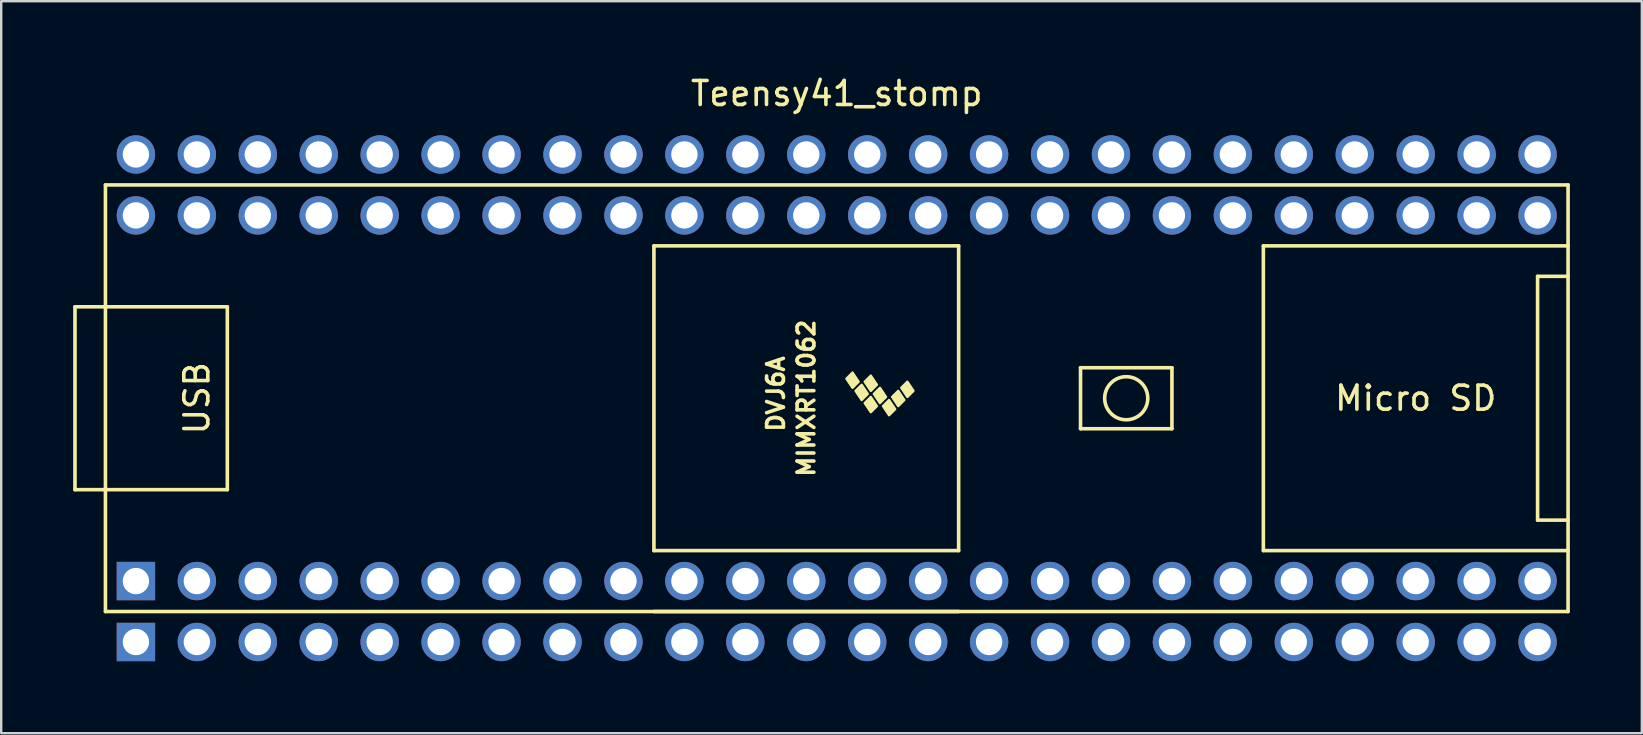
<source format=kicad_pcb>
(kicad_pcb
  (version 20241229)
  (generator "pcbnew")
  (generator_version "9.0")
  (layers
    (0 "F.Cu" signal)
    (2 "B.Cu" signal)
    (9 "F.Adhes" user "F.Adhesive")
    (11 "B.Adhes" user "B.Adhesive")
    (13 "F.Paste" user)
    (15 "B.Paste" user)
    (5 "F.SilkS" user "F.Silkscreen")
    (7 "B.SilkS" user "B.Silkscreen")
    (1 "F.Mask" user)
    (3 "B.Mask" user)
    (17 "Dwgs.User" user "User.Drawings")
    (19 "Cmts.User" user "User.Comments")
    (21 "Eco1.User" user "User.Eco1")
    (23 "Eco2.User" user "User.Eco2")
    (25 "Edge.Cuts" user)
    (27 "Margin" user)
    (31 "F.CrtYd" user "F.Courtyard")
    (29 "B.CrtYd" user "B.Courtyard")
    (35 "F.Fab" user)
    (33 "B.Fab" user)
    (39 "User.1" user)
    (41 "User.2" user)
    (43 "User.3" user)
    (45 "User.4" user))
  (footprint "Teensy41_stomp"
    (layer "F.Cu")
    (at 31.825 13.548)
    (property "Reference" "Teensy41_stomp" (at 0 -12.7 0) (layer "F.SilkS") (effects (font (size 1 1) (thickness 0.15))))
    (attr through_hole)
    (fp_line (start -31.75 -3.81) (end -30.48 -3.81) (stroke (width 0.15) (type solid)) (layer "F.SilkS"))
    (fp_line (start -31.75 3.81) (end -31.75 -3.81) (stroke (width 0.15) (type solid)) (layer "F.SilkS"))
    (fp_line (start -30.48 -8.89) (end 30.48 -8.89) (stroke (width 0.15) (type solid)) (layer "F.SilkS"))
    (fp_line (start -30.48 3.81) (end -31.75 3.81) (stroke (width 0.15) (type solid)) (layer "F.SilkS"))
    (fp_line (start -30.48 8.89) (end -30.48 -8.89) (stroke (width 0.15) (type solid)) (layer "F.SilkS"))
    (fp_line (start -25.4 -3.81) (end -30.48 -3.81) (stroke (width 0.15) (type solid)) (layer "F.SilkS"))
    (fp_line (start -25.4 3.81) (end -30.48 3.81) (stroke (width 0.15) (type solid)) (layer "F.SilkS"))
    (fp_line (start -25.4 3.81) (end -25.4 -3.81) (stroke (width 0.15) (type solid)) (layer "F.SilkS"))
    (fp_line (start -7.62 -6.35) (end -7.62 6.35) (stroke (width 0.15) (type solid)) (layer "F.SilkS"))
    (fp_line (start -7.62 6.35) (end 5.08 6.35) (stroke (width 0.15) (type solid)) (layer "F.SilkS"))
    (fp_line (start -7.62 8.89) (end 5.08 8.89) (stroke (width 0.15) (type solid)) (layer "F.SilkS"))
    (fp_line (start 5.08 -6.35) (end -7.62 -6.35) (stroke (width 0.15) (type solid)) (layer "F.SilkS"))
    (fp_line (start 5.08 6.35) (end 5.08 -6.35) (stroke (width 0.15) (type solid)) (layer "F.SilkS"))
    (fp_line (start 10.16 -1.27) (end 13.97 -1.27) (stroke (width 0.15) (type solid)) (layer "F.SilkS"))
    (fp_line (start 10.16 1.27) (end 10.16 -1.27) (stroke (width 0.15) (type solid)) (layer "F.SilkS"))
    (fp_line (start 13.97 -1.27) (end 13.97 1.27) (stroke (width 0.15) (type solid)) (layer "F.SilkS"))
    (fp_line (start 13.97 1.27) (end 10.16 1.27) (stroke (width 0.15) (type solid)) (layer "F.SilkS"))
    (fp_line (start 17.78 -6.35) (end 17.78 6.35) (stroke (width 0.15) (type solid)) (layer "F.SilkS"))
    (fp_line (start 17.78 6.35) (end 30.48 6.35) (stroke (width 0.15) (type solid)) (layer "F.SilkS"))
    (fp_line (start 29.21 -5.08) (end 29.21 5.08) (stroke (width 0.15) (type solid)) (layer "F.SilkS"))
    (fp_line (start 29.21 5.08) (end 30.48 5.08) (stroke (width 0.15) (type solid)) (layer "F.SilkS"))
    (fp_line (start 30.48 -8.89) (end 30.48 8.89) (stroke (width 0.15) (type solid)) (layer "F.SilkS"))
    (fp_line (start 30.48 -6.35) (end 17.78 -6.35) (stroke (width 0.15) (type solid)) (layer "F.SilkS"))
    (fp_line (start 30.48 -5.08) (end 29.21 -5.08) (stroke (width 0.15) (type solid)) (layer "F.SilkS"))
    (fp_line (start 30.48 8.89) (end -30.48 8.89) (stroke (width 0.15) (type solid)) (layer "F.SilkS"))
    (fp_circle (center 12.065 0) (end 12.7 -0.635) (stroke (width 0.15) (type solid)) (fill no) (layer "F.SilkS"))
    (fp_poly (pts (xy 0.911 -0.688) (xy 0.657 -0.434) (xy 0.403 -0.815) (xy 0.657 -1.069)) (stroke (width 0.1) (type solid)) (fill yes) (layer "F.SilkS"))
    (fp_poly (pts (xy 1.292 -0.18) (xy 1.038 0.074) (xy 0.784 -0.307) (xy 1.038 -0.561)) (stroke (width 0.1) (type solid)) (fill yes) (layer "F.SilkS"))
    (fp_poly (pts (xy 1.673 -0.561) (xy 1.419 -0.307) (xy 1.165 -0.688) (xy 1.419 -0.942)) (stroke (width 0.1) (type solid)) (fill yes) (layer "F.SilkS"))
    (fp_poly (pts (xy 1.673 0.328) (xy 1.419 0.582) (xy 1.165 0.201) (xy 1.419 -0.053)) (stroke (width 0.1) (type solid)) (fill yes) (layer "F.SilkS"))
    (fp_poly (pts (xy 2.054 -0.053) (xy 1.8 0.201) (xy 1.546 -0.18) (xy 1.8 -0.434)) (stroke (width 0.1) (type solid)) (fill yes) (layer "F.SilkS"))
    (fp_poly (pts (xy 2.435 0.455) (xy 2.181 0.709) (xy 1.927 0.328) (xy 2.181 0.074)) (stroke (width 0.1) (type solid)) (fill yes) (layer "F.SilkS"))
    (fp_poly (pts (xy 2.816 0.074) (xy 2.562 0.328) (xy 2.308 -0.053) (xy 2.562 -0.307)) (stroke (width 0.1) (type solid)) (fill yes) (layer "F.SilkS"))
    (fp_poly (pts (xy 3.197 -0.307) (xy 2.943 -0.053) (xy 2.689 -0.434) (xy 2.943 -0.688)) (stroke (width 0.1) (type solid)) (fill yes) (layer "F.SilkS"))
    (fp_text user "Micro SD" (at 24.13 0 0) (layer "F.SilkS") (effects (font (size 1 1) (thickness 0.15))))
    (fp_text user "DVJ6A" (at -2.54 -0.18 270) (layer "F.SilkS") (effects (font (size 0.7 0.7) (thickness 0.15))))
    (fp_text user "MIMXRT1062" (at -1.27 0 270) (layer "F.SilkS") (effects (font (size 0.7 0.7) (thickness 0.15))))
    (fp_text user "USB" (at -26.67 0 270) (layer "F.SilkS") (effects (font (size 1 1) (thickness 0.15))))
    (pad "1" thru_hole rect (at -29.21 7.62) (size 1.6 1.6) (drill 1.1) (layers "*.Cu" "*.Mask"))
    (pad "1" thru_hole rect (at -29.21 10.16) (size 1.6 1.6) (drill 1.1) (layers "*.Cu" "*.Mask"))
    (pad "2" thru_hole circle (at -26.67 7.62) (size 1.6 1.6) (drill 1.1) (layers "*.Cu" "*.Mask"))
    (pad "2" thru_hole circle (at -26.67 10.16) (size 1.6 1.6) (drill 1.1) (layers "*.Cu" "*.Mask"))
    (pad "3" thru_hole circle (at -24.13 7.62) (size 1.6 1.6) (drill 1.1) (layers "*.Cu" "*.Mask"))
    (pad "3" thru_hole circle (at -24.13 10.16) (size 1.6 1.6) (drill 1.1) (layers "*.Cu" "*.Mask"))
    (pad "4" thru_hole circle (at -21.59 7.62) (size 1.6 1.6) (drill 1.1) (layers "*.Cu" "*.Mask"))
    (pad "4" thru_hole circle (at -21.59 10.16) (size 1.6 1.6) (drill 1.1) (layers "*.Cu" "*.Mask"))
    (pad "5" thru_hole circle (at -19.05 7.62) (size 1.6 1.6) (drill 1.1) (layers "*.Cu" "*.Mask"))
    (pad "5" thru_hole circle (at -19.05 10.16) (size 1.6 1.6) (drill 1.1) (layers "*.Cu" "*.Mask"))
    (pad "6" thru_hole circle (at -16.51 7.62) (size 1.6 1.6) (drill 1.1) (layers "*.Cu" "*.Mask"))
    (pad "6" thru_hole circle (at -16.51 10.16) (size 1.6 1.6) (drill 1.1) (layers "*.Cu" "*.Mask"))
    (pad "7" thru_hole circle (at -13.97 7.62) (size 1.6 1.6) (drill 1.1) (layers "*.Cu" "*.Mask"))
    (pad "7" thru_hole circle (at -13.97 10.16) (size 1.6 1.6) (drill 1.1) (layers "*.Cu" "*.Mask"))
    (pad "8" thru_hole circle (at -11.43 7.62) (size 1.6 1.6) (drill 1.1) (layers "*.Cu" "*.Mask"))
    (pad "8" thru_hole circle (at -11.43 10.16) (size 1.6 1.6) (drill 1.1) (layers "*.Cu" "*.Mask"))
    (pad "9" thru_hole circle (at -8.89 7.62) (size 1.6 1.6) (drill 1.1) (layers "*.Cu" "*.Mask"))
    (pad "9" thru_hole circle (at -8.89 10.16) (size 1.6 1.6) (drill 1.1) (layers "*.Cu" "*.Mask"))
    (pad "10" thru_hole circle (at -6.35 7.62) (size 1.6 1.6) (drill 1.1) (layers "*.Cu" "*.Mask"))
    (pad "10" thru_hole circle (at -6.35 10.16) (size 1.6 1.6) (drill 1.1) (layers "*.Cu" "*.Mask"))
    (pad "11" thru_hole circle (at -3.81 7.62) (size 1.6 1.6) (drill 1.1) (layers "*.Cu" "*.Mask"))
    (pad "11" thru_hole circle (at -3.81 10.16) (size 1.6 1.6) (drill 1.1) (layers "*.Cu" "*.Mask"))
    (pad "12" thru_hole circle (at -1.27 7.62) (size 1.6 1.6) (drill 1.1) (layers "*.Cu" "*.Mask"))
    (pad "12" thru_hole circle (at -1.27 10.16) (size 1.6 1.6) (drill 1.1) (layers "*.Cu" "*.Mask"))
    (pad "13" thru_hole circle (at 1.27 7.62) (size 1.6 1.6) (drill 1.1) (layers "*.Cu" "*.Mask"))
    (pad "13" thru_hole circle (at 1.27 10.16) (size 1.6 1.6) (drill 1.1) (layers "*.Cu" "*.Mask"))
    (pad "14" thru_hole circle (at 3.81 7.62) (size 1.6 1.6) (drill 1.1) (layers "*.Cu" "*.Mask"))
    (pad "14" thru_hole circle (at 3.81 10.16) (size 1.6 1.6) (drill 1.1) (layers "*.Cu" "*.Mask"))
    (pad "15" thru_hole circle (at 6.35 7.62) (size 1.6 1.6) (drill 1.1) (layers "*.Cu" "*.Mask"))
    (pad "15" thru_hole circle (at 6.35 10.16) (size 1.6 1.6) (drill 1.1) (layers "*.Cu" "*.Mask"))
    (pad "16" thru_hole circle (at 8.89 7.62) (size 1.6 1.6) (drill 1.1) (layers "*.Cu" "*.Mask"))
    (pad "16" thru_hole circle (at 8.89 10.16) (size 1.6 1.6) (drill 1.1) (layers "*.Cu" "*.Mask"))
    (pad "17" thru_hole circle (at 11.43 7.62) (size 1.6 1.6) (drill 1.1) (layers "*.Cu" "*.Mask"))
    (pad "17" thru_hole circle (at 11.43 10.16) (size 1.6 1.6) (drill 1.1) (layers "*.Cu" "*.Mask"))
    (pad "18" thru_hole circle (at 13.97 7.62) (size 1.6 1.6) (drill 1.1) (layers "*.Cu" "*.Mask"))
    (pad "18" thru_hole circle (at 13.97 10.16) (size 1.6 1.6) (drill 1.1) (layers "*.Cu" "*.Mask"))
    (pad "19" thru_hole circle (at 16.51 7.62) (size 1.6 1.6) (drill 1.1) (layers "*.Cu" "*.Mask"))
    (pad "19" thru_hole circle (at 16.51 10.16) (size 1.6 1.6) (drill 1.1) (layers "*.Cu" "*.Mask"))
    (pad "20" thru_hole circle (at 19.05 7.62) (size 1.6 1.6) (drill 1.1) (layers "*.Cu" "*.Mask"))
    (pad "20" thru_hole circle (at 19.05 10.16) (size 1.6 1.6) (drill 1.1) (layers "*.Cu" "*.Mask"))
    (pad "21" thru_hole circle (at 21.59 7.62) (size 1.6 1.6) (drill 1.1) (layers "*.Cu" "*.Mask"))
    (pad "21" thru_hole circle (at 21.59 10.16) (size 1.6 1.6) (drill 1.1) (layers "*.Cu" "*.Mask"))
    (pad "22" thru_hole circle (at 24.13 7.62) (size 1.6 1.6) (drill 1.1) (layers "*.Cu" "*.Mask"))
    (pad "22" thru_hole circle (at 24.13 10.16) (size 1.6 1.6) (drill 1.1) (layers "*.Cu" "*.Mask"))
    (pad "23" thru_hole circle (at 26.67 7.62) (size 1.6 1.6) (drill 1.1) (layers "*.Cu" "*.Mask"))
    (pad "23" thru_hole circle (at 26.67 10.16) (size 1.6 1.6) (drill 1.1) (layers "*.Cu" "*.Mask"))
    (pad "24" thru_hole circle (at 29.21 7.62) (size 1.6 1.6) (drill 1.1) (layers "*.Cu" "*.Mask"))
    (pad "24" thru_hole circle (at 29.21 10.16) (size 1.6 1.6) (drill 1.1) (layers "*.Cu" "*.Mask"))
    (pad "25" thru_hole circle (at 29.21 -10.16) (size 1.6 1.6) (drill 1.1) (layers "*.Cu" "*.Mask"))
    (pad "25" thru_hole circle (at 29.21 -7.62) (size 1.6 1.6) (drill 1.1) (layers "*.Cu" "*.Mask"))
    (pad "26" thru_hole circle (at 26.67 -10.16) (size 1.6 1.6) (drill 1.1) (layers "*.Cu" "*.Mask"))
    (pad "26" thru_hole circle (at 26.67 -7.62) (size 1.6 1.6) (drill 1.1) (layers "*.Cu" "*.Mask"))
    (pad "27" thru_hole circle (at 24.13 -10.16) (size 1.6 1.6) (drill 1.1) (layers "*.Cu" "*.Mask"))
    (pad "27" thru_hole circle (at 24.13 -7.62) (size 1.6 1.6) (drill 1.1) (layers "*.Cu" "*.Mask"))
    (pad "28" thru_hole circle (at 21.59 -10.16) (size 1.6 1.6) (drill 1.1) (layers "*.Cu" "*.Mask"))
    (pad "28" thru_hole circle (at 21.59 -7.62) (size 1.6 1.6) (drill 1.1) (layers "*.Cu" "*.Mask"))
    (pad "29" thru_hole circle (at 19.05 -10.16) (size 1.6 1.6) (drill 1.1) (layers "*.Cu" "*.Mask"))
    (pad "29" thru_hole circle (at 19.05 -7.62) (size 1.6 1.6) (drill 1.1) (layers "*.Cu" "*.Mask"))
    (pad "30" thru_hole circle (at 16.51 -10.16) (size 1.6 1.6) (drill 1.1) (layers "*.Cu" "*.Mask"))
    (pad "30" thru_hole circle (at 16.51 -7.62) (size 1.6 1.6) (drill 1.1) (layers "*.Cu" "*.Mask"))
    (pad "31" thru_hole circle (at 13.97 -10.16) (size 1.6 1.6) (drill 1.1) (layers "*.Cu" "*.Mask"))
    (pad "31" thru_hole circle (at 13.97 -7.62) (size 1.6 1.6) (drill 1.1) (layers "*.Cu" "*.Mask"))
    (pad "32" thru_hole circle (at 11.43 -10.16) (size 1.6 1.6) (drill 1.1) (layers "*.Cu" "*.Mask"))
    (pad "32" thru_hole circle (at 11.43 -7.62) (size 1.6 1.6) (drill 1.1) (layers "*.Cu" "*.Mask"))
    (pad "33" thru_hole circle (at 8.89 -10.16) (size 1.6 1.6) (drill 1.1) (layers "*.Cu" "*.Mask"))
    (pad "33" thru_hole circle (at 8.89 -7.62) (size 1.6 1.6) (drill 1.1) (layers "*.Cu" "*.Mask"))
    (pad "34" thru_hole circle (at 6.35 -10.16) (size 1.6 1.6) (drill 1.1) (layers "*.Cu" "*.Mask"))
    (pad "34" thru_hole circle (at 6.35 -7.62) (size 1.6 1.6) (drill 1.1) (layers "*.Cu" "*.Mask"))
    (pad "35" thru_hole circle (at 3.81 -10.16) (size 1.6 1.6) (drill 1.1) (layers "*.Cu" "*.Mask"))
    (pad "35" thru_hole circle (at 3.81 -7.62) (size 1.6 1.6) (drill 1.1) (layers "*.Cu" "*.Mask"))
    (pad "36" thru_hole circle (at 1.27 -10.16) (size 1.6 1.6) (drill 1.1) (layers "*.Cu" "*.Mask"))
    (pad "36" thru_hole circle (at 1.27 -7.62) (size 1.6 1.6) (drill 1.1) (layers "*.Cu" "*.Mask"))
    (pad "37" thru_hole circle (at -1.27 -10.16) (size 1.6 1.6) (drill 1.1) (layers "*.Cu" "*.Mask"))
    (pad "37" thru_hole circle (at -1.27 -7.62) (size 1.6 1.6) (drill 1.1) (layers "*.Cu" "*.Mask"))
    (pad "38" thru_hole circle (at -3.81 -10.16) (size 1.6 1.6) (drill 1.1) (layers "*.Cu" "*.Mask"))
    (pad "38" thru_hole circle (at -3.81 -7.62) (size 1.6 1.6) (drill 1.1) (layers "*.Cu" "*.Mask"))
    (pad "39" thru_hole circle (at -6.35 -10.16) (size 1.6 1.6) (drill 1.1) (layers "*.Cu" "*.Mask"))
    (pad "39" thru_hole circle (at -6.35 -7.62) (size 1.6 1.6) (drill 1.1) (layers "*.Cu" "*.Mask"))
    (pad "40" thru_hole circle (at -8.89 -10.16) (size 1.6 1.6) (drill 1.1) (layers "*.Cu" "*.Mask"))
    (pad "40" thru_hole circle (at -8.89 -7.62) (size 1.6 1.6) (drill 1.1) (layers "*.Cu" "*.Mask"))
    (pad "41" thru_hole circle (at -11.43 -10.16) (size 1.6 1.6) (drill 1.1) (layers "*.Cu" "*.Mask"))
    (pad "41" thru_hole circle (at -11.43 -7.62) (size 1.6 1.6) (drill 1.1) (layers "*.Cu" "*.Mask"))
    (pad "42" thru_hole circle (at -13.97 -10.16) (size 1.6 1.6) (drill 1.1) (layers "*.Cu" "*.Mask"))
    (pad "42" thru_hole circle (at -13.97 -7.62) (size 1.6 1.6) (drill 1.1) (layers "*.Cu" "*.Mask"))
    (pad "43" thru_hole circle (at -16.51 -10.16) (size 1.6 1.6) (drill 1.1) (layers "*.Cu" "*.Mask"))
    (pad "43" thru_hole circle (at -16.51 -7.62) (size 1.6 1.6) (drill 1.1) (layers "*.Cu" "*.Mask"))
    (pad "44" thru_hole circle (at -19.05 -10.16) (size 1.6 1.6) (drill 1.1) (layers "*.Cu" "*.Mask"))
    (pad "44" thru_hole circle (at -19.05 -7.62) (size 1.6 1.6) (drill 1.1) (layers "*.Cu" "*.Mask"))
    (pad "45" thru_hole circle (at -21.59 -10.16) (size 1.6 1.6) (drill 1.1) (layers "*.Cu" "*.Mask"))
    (pad "45" thru_hole circle (at -21.59 -7.62) (size 1.6 1.6) (drill 1.1) (layers "*.Cu" "*.Mask"))
    (pad "46" thru_hole circle (at -24.13 -10.16) (size 1.6 1.6) (drill 1.1) (layers "*.Cu" "*.Mask"))
    (pad "46" thru_hole circle (at -24.13 -7.62) (size 1.6 1.6) (drill 1.1) (layers "*.Cu" "*.Mask"))
    (pad "47" thru_hole circle (at -26.67 -10.16) (size 1.6 1.6) (drill 1.1) (layers "*.Cu" "*.Mask"))
    (pad "47" thru_hole circle (at -26.67 -7.62) (size 1.6 1.6) (drill 1.1) (layers "*.Cu" "*.Mask"))
    (pad "48" thru_hole circle (at -29.21 -10.16) (size 1.6 1.6) (drill 1.1) (layers "*.Cu" "*.Mask"))
    (pad "48" thru_hole circle (at -29.21 -7.62) (size 1.6 1.6) (drill 1.1) (layers "*.Cu" "*.Mask")))
  (gr_rect
    (start -3 -3)
    (end 65.38 27.508)
    (stroke (width 0.1) (type default))
    (fill no)
    (layer "Edge.Cuts")))
</source>
